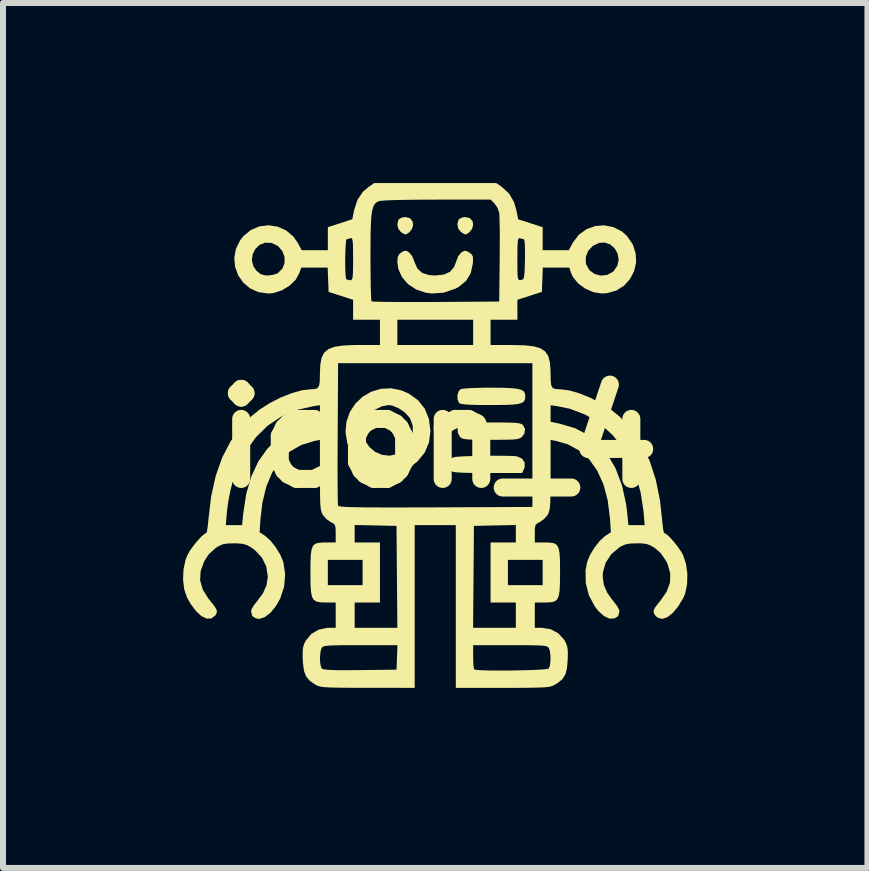
<source format=kicad_pcb>
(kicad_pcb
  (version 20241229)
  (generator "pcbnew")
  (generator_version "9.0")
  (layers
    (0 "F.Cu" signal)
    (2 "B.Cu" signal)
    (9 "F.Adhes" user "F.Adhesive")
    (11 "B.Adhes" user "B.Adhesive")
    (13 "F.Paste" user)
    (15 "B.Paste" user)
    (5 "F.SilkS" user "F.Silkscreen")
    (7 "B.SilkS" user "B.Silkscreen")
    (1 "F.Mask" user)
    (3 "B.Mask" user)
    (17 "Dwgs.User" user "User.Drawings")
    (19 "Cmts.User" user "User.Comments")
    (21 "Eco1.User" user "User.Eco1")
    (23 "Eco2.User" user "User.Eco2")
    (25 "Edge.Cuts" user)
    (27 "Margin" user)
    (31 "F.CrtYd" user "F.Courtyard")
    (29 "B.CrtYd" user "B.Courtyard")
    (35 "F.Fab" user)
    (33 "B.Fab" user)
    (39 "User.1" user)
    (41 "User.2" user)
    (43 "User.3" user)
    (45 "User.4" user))
  (footprint "icon_4"
    (layer "F.Cu")
    (at 4.254 4.251)
    (property "Reference" "icon_4" (at 0 0 0) (layer "F.SilkS") (effects (font (size 1.5 1.5) (thickness 0.3))))
    (attr board_only exclude_from_pos_files exclude_from_bom)
    (fp_poly (pts (xy -0.473 -3.666) (xy -0.43 -3.61) (xy -0.421 -3.55) (xy -0.44 -3.488) (xy -0.485 -3.43) (xy -0.538 -3.397) (xy -0.553 -3.395) (xy -0.583 -3.409) (xy -0.626 -3.436) (xy -0.67 -3.494) (xy -0.684 -3.569) (xy -0.665 -3.638) (xy -0.653 -3.653) (xy -0.604 -3.678) (xy -0.553 -3.685)) (stroke (width 0) (type solid)) (fill yes) (layer "F.SilkS"))
    (fp_poly (pts (xy 0.527 -3.666) (xy 0.571 -3.61) (xy 0.579 -3.55) (xy 0.56 -3.488) (xy 0.515 -3.43) (xy 0.462 -3.397) (xy 0.447 -3.395) (xy 0.417 -3.409) (xy 0.374 -3.436) (xy 0.33 -3.494) (xy 0.316 -3.569) (xy 0.335 -3.638) (xy 0.347 -3.653) (xy 0.397 -3.678) (xy 0.447 -3.685)) (stroke (width 0) (type solid)) (fill yes) (layer "F.SilkS"))
    (fp_poly (pts (xy 1.038 0.292) (xy 1.165 0.294) (xy 1.259 0.297) (xy 1.308 0.302) (xy 1.392 0.339) (xy 1.437 0.403) (xy 1.436 0.485) (xy 1.426 0.513) (xy 1.396 0.579) (xy 0.818 0.579) (xy 0.625 0.579) (xy 0.477 0.577) (xy 0.369 0.573) (xy 0.293 0.568) (xy 0.243 0.559) (xy 0.213 0.548) (xy 0.199 0.538) (xy 0.161 0.468) (xy 0.174 0.389) (xy 0.195 0.354) (xy 0.212 0.336) (xy 0.238 0.322) (xy 0.28 0.312) (xy 0.346 0.306) (xy 0.443 0.301) (xy 0.58 0.297) (xy 0.726 0.294) (xy 0.888 0.292)) (stroke (width 0) (type solid)) (fill yes) (layer "F.SilkS"))
    (fp_poly (pts (xy 1.064 -0.841) (xy 1.208 -0.835) (xy 1.312 -0.824) (xy 1.381 -0.806) (xy 1.423 -0.78) (xy 1.443 -0.743) (xy 1.448 -0.7) (xy 1.444 -0.652) (xy 1.427 -0.615) (xy 1.391 -0.589) (xy 1.33 -0.571) (xy 1.238 -0.56) (xy 1.108 -0.555) (xy 0.934 -0.553) (xy 0.865 -0.553) (xy 0.67 -0.554) (xy 0.524 -0.558) (xy 0.424 -0.565) (xy 0.365 -0.576) (xy 0.347 -0.584) (xy 0.32 -0.641) (xy 0.317 -0.715) (xy 0.337 -0.783) (xy 0.367 -0.815) (xy 0.411 -0.825) (xy 0.5 -0.833) (xy 0.624 -0.838) (xy 0.776 -0.842) (xy 0.874 -0.842)) (stroke (width 0) (type solid)) (fill yes) (layer "F.SilkS"))
    (fp_poly (pts (xy 1.05 -0.263) (xy 1.183 -0.26) (xy 1.277 -0.256) (xy 1.341 -0.249) (xy 1.381 -0.238) (xy 1.405 -0.224) (xy 1.406 -0.222) (xy 1.444 -0.153) (xy 1.432 -0.077) (xy 1.395 -0.026) (xy 1.373 -0.007) (xy 1.343 0.006) (xy 1.299 0.016) (xy 1.233 0.022) (xy 1.135 0.025) (xy 0.999 0.026) (xy 0.873 0.026) (xy 0.703 0.026) (xy 0.578 0.024) (xy 0.489 0.02) (xy 0.43 0.013) (xy 0.393 0.002) (xy 0.369 -0.013) (xy 0.359 -0.022) (xy 0.324 -0.09) (xy 0.319 -0.167) (xy 0.345 -0.23) (xy 0.347 -0.232) (xy 0.38 -0.244) (xy 0.452 -0.253) (xy 0.566 -0.259) (xy 0.728 -0.263) (xy 0.872 -0.263)) (stroke (width 0) (type solid)) (fill yes) (layer "F.SilkS"))
    (fp_poly (pts (xy 0.475 -3.117) (xy 0.516 -3.093) (xy 0.556 -3.062) (xy 0.575 -3.024) (xy 0.577 -2.963) (xy 0.573 -2.907) (xy 0.538 -2.748) (xy 0.46 -2.62) (xy 0.337 -2.52) (xy 0.284 -2.492) (xy 0.088 -2.425) (xy -0.108 -2.411) (xy -0.209 -2.424) (xy -0.37 -2.478) (xy -0.504 -2.566) (xy -0.606 -2.683) (xy -0.668 -2.819) (xy -0.684 -2.938) (xy -0.678 -3.019) (xy -0.652 -3.068) (xy -0.619 -3.095) (xy -0.566 -3.123) (xy -0.525 -3.118) (xy -0.491 -3.097) (xy -0.437 -3.036) (xy -0.398 -2.938) (xy -0.398 -2.936) (xy -0.351 -2.828) (xy -0.273 -2.756) (xy -0.159 -2.719) (xy -0.053 -2.711) (xy 0.09 -2.726) (xy 0.194 -2.773) (xy 0.262 -2.855) (xy 0.293 -2.936) (xy 0.331 -3.035) (xy 0.384 -3.097) (xy 0.385 -3.097) (xy 0.434 -3.123)) (stroke (width 0) (type solid)) (fill yes) (layer "F.SilkS"))
    (fp_poly (pts (xy -0.616 -0.797) (xy -0.492 -0.743) (xy -0.338 -0.632) (xy -0.226 -0.49) (xy -0.157 -0.318) (xy -0.133 -0.121) (xy -0.133 -0.118) (xy -0.157 0.071) (xy -0.228 0.239) (xy -0.348 0.386) (xy -0.487 0.495) (xy -0.556 0.532) (xy -0.632 0.555) (xy -0.732 0.568) (xy -0.803 0.573) (xy -0.916 0.576) (xy -0.997 0.57) (xy -1.065 0.552) (xy -1.14 0.519) (xy -1.151 0.513) (xy -1.308 0.406) (xy -1.431 0.266) (xy -1.511 0.102) (xy -1.518 0.082) (xy -1.543 -0.073) (xy -1.256 -0.073) (xy -1.219 0.044) (xy -1.15 0.146) (xy -1.056 0.226) (xy -0.942 0.276) (xy -0.816 0.291) (xy -0.684 0.264) (xy -0.631 0.241) (xy -0.531 0.16) (xy -0.461 0.049) (xy -0.426 -0.079) (xy -0.428 -0.21) (xy -0.472 -0.33) (xy -0.481 -0.344) (xy -0.56 -0.43) (xy -0.663 -0.5) (xy -0.77 -0.544) (xy -0.83 -0.552) (xy -0.944 -0.531) (xy -1.061 -0.473) (xy -1.16 -0.39) (xy -1.205 -0.329) (xy -1.254 -0.2) (xy -1.256 -0.073) (xy -1.543 -0.073) (xy -1.548 -0.104) (xy -1.531 -0.279) (xy -1.475 -0.438) (xy -1.383 -0.577) (xy -1.263 -0.691) (xy -1.121 -0.774) (xy -0.961 -0.823) (xy -0.791 -0.832)) (stroke (width 0) (type solid)) (fill yes) (layer "F.SilkS"))
    (fp_poly (pts (xy 1.057 -4.187) (xy 1.178 -4.076) (xy 1.261 -3.932) (xy 1.299 -3.799) (xy 1.329 -3.648) (xy 1.533 -3.582) (xy 1.737 -3.516) (xy 1.737 -3.324) (xy 1.737 -3.132) (xy 1.954 -3.133) (xy 2.172 -3.133) (xy 2.243 -3.263) (xy 2.342 -3.392) (xy 2.468 -3.483) (xy 2.613 -3.535) (xy 2.765 -3.547) (xy 2.916 -3.517) (xy 3.056 -3.446) (xy 3.144 -3.367) (xy 3.239 -3.228) (xy 3.287 -3.08) (xy 3.294 -2.929) (xy 3.261 -2.784) (xy 3.193 -2.653) (xy 3.094 -2.542) (xy 2.965 -2.461) (xy 2.812 -2.417) (xy 2.724 -2.411) (xy 2.582 -2.433) (xy 2.445 -2.493) (xy 2.326 -2.581) (xy 2.239 -2.689) (xy 2.209 -2.755) (xy 2.181 -2.843) (xy 1.96 -2.843) (xy 1.739 -2.843) (xy 1.732 -2.64) (xy 1.724 -2.438) (xy 1.52 -2.372) (xy 1.316 -2.306) (xy 1.316 -2.14) (xy 1.316 -1.974) (xy 1.092 -1.974) (xy 0.869 -1.974) (xy 0.869 -1.764) (xy 0.869 -1.553) (xy 1.227 -1.553) (xy 1.429 -1.548) (xy 1.584 -1.532) (xy 1.699 -1.499) (xy 1.779 -1.446) (xy 1.831 -1.368) (xy 1.858 -1.261) (xy 1.868 -1.121) (xy 1.869 -1.075) (xy 1.871 -0.957) (xy 1.88 -0.881) (xy 1.903 -0.839) (xy 1.945 -0.82) (xy 2.011 -0.816) (xy 2.023 -0.816) (xy 2.173 -0.798) (xy 2.346 -0.749) (xy 2.531 -0.674) (xy 2.714 -0.579) (xy 2.884 -0.47) (xy 3.018 -0.361) (xy 3.221 -0.142) (xy 3.388 0.104) (xy 3.521 0.381) (xy 3.622 0.691) (xy 3.692 1.039) (xy 3.726 1.349) (xy 3.736 1.452) (xy 3.747 1.531) (xy 3.758 1.574) (xy 3.762 1.579) (xy 3.8 1.599) (xy 3.858 1.652) (xy 3.924 1.727) (xy 3.991 1.811) (xy 4.048 1.895) (xy 4.077 1.948) (xy 4.126 2.096) (xy 4.148 2.264) (xy 4.143 2.434) (xy 4.111 2.588) (xy 4.082 2.658) (xy 3.993 2.805) (xy 3.902 2.914) (xy 3.812 2.983) (xy 3.728 3.01) (xy 3.653 2.991) (xy 3.613 2.953) (xy 3.587 2.911) (xy 3.586 2.868) (xy 3.614 2.814) (xy 3.674 2.736) (xy 3.694 2.713) (xy 3.802 2.559) (xy 3.858 2.407) (xy 3.863 2.254) (xy 3.818 2.095) (xy 3.797 2.051) (xy 3.706 1.916) (xy 3.606 1.829) (xy 3.534 1.786) (xy 3.468 1.762) (xy 3.387 1.752) (xy 3.303 1.751) (xy 3.194 1.755) (xy 3.116 1.769) (xy 3.048 1.799) (xy 3.01 1.822) (xy 2.877 1.936) (xy 2.786 2.076) (xy 2.741 2.235) (xy 2.737 2.301) (xy 2.755 2.44) (xy 2.812 2.573) (xy 2.912 2.713) (xy 2.923 2.725) (xy 2.98 2.8) (xy 3.012 2.86) (xy 3.015 2.888) (xy 3.002 2.937) (xy 3.001 2.951) (xy 2.979 2.977) (xy 2.932 3.002) (xy 2.85 3.006) (xy 2.759 2.963) (xy 2.665 2.879) (xy 2.602 2.797) (xy 2.506 2.614) (xy 2.455 2.413) (xy 2.451 2.206) (xy 2.477 2.066) (xy 2.524 1.949) (xy 2.598 1.826) (xy 2.684 1.715) (xy 2.771 1.634) (xy 2.78 1.628) (xy 2.874 1.566) (xy 2.859 1.342) (xy 2.821 1.036) (xy 2.75 0.769) (xy 2.646 0.54) (xy 2.512 0.352) (xy 2.346 0.205) (xy 2.151 0.1) (xy 1.954 0.044) (xy 1.869 0.028) (xy 1.869 0.613) (xy 1.868 0.805) (xy 1.867 0.953) (xy 1.864 1.063) (xy 1.858 1.142) (xy 1.85 1.198) (xy 1.839 1.239) (xy 1.824 1.271) (xy 1.818 1.28) (xy 1.76 1.347) (xy 1.689 1.397) (xy 1.687 1.398) (xy 1.641 1.422) (xy 1.617 1.452) (xy 1.607 1.505) (xy 1.606 1.586) (xy 1.606 1.737) (xy 1.775 1.737) (xy 1.862 1.739) (xy 1.926 1.75) (xy 1.971 1.777) (xy 2 1.826) (xy 2.017 1.904) (xy 2.025 2.019) (xy 2.027 2.177) (xy 2.027 2.243) (xy 2.025 2.416) (xy 2.019 2.543) (xy 2.004 2.631) (xy 1.977 2.688) (xy 1.933 2.72) (xy 1.87 2.734) (xy 1.782 2.737) (xy 1.764 2.737) (xy 1.606 2.737) (xy 1.606 2.948) (xy 1.606 3.159) (xy 1.727 3.159) (xy 1.873 3.183) (xy 1.999 3.251) (xy 2.095 3.357) (xy 2.105 3.374) (xy 2.135 3.436) (xy 2.152 3.498) (xy 2.157 3.579) (xy 2.154 3.693) (xy 2.142 3.835) (xy 2.114 3.939) (xy 2.064 4.016) (xy 1.985 4.079) (xy 1.944 4.104) (xy 1.914 4.12) (xy 1.882 4.132) (xy 1.84 4.142) (xy 1.782 4.149) (xy 1.703 4.153) (xy 1.596 4.156) (xy 1.455 4.158) (xy 1.273 4.159) (xy 1.069 4.159) (xy 0.29 4.159) (xy 0.29 3.448) (xy 0.579 3.448) (xy 0.579 3.641) (xy 0.581 3.737) (xy 0.587 3.812) (xy 0.596 3.85) (xy 0.597 3.852) (xy 0.63 3.859) (xy 0.707 3.865) (xy 0.818 3.869) (xy 0.954 3.871) (xy 1.106 3.871) (xy 1.264 3.869) (xy 1.42 3.866) (xy 1.563 3.862) (xy 1.685 3.856) (xy 1.777 3.849) (xy 1.829 3.841) (xy 1.837 3.838) (xy 1.857 3.79) (xy 1.867 3.712) (xy 1.867 3.622) (xy 1.856 3.54) (xy 1.842 3.499) (xy 1.83 3.483) (xy 1.811 3.47) (xy 1.779 3.461) (xy 1.725 3.455) (xy 1.645 3.451) (xy 1.531 3.449) (xy 1.376 3.448) (xy 1.197 3.448) (xy 0.579 3.448) (xy 0.29 3.448) (xy 0.29 3.159) (xy 0.578 3.159) (xy 0.934 3.159) (xy 1.29 3.159) (xy 1.29 2.948) (xy 1.29 2.737) (xy 1.079 2.737) (xy 0.869 2.737) (xy 0.869 2.237) (xy 0.869 2.027) (xy 1.158 2.027) (xy 1.158 2.237) (xy 1.158 2.448) (xy 1.448 2.448) (xy 1.737 2.448) (xy 1.737 2.237) (xy 1.737 2.027) (xy 1.448 2.027) (xy 1.158 2.027) (xy 0.869 2.027) (xy 0.869 1.737) (xy 1.079 1.737) (xy 1.29 1.737) (xy 1.29 1.592) (xy 1.29 1.446) (xy 0.941 1.453) (xy 0.592 1.461) (xy 0.585 2.31) (xy 0.578 3.159) (xy 0.29 3.159) (xy 0.29 2.803) (xy 0.29 1.448) (xy -0.053 1.448) (xy -0.395 1.448) (xy -0.395 2.803) (xy -0.395 4.159) (xy -1.178 4.158) (xy -1.403 4.158) (xy -1.581 4.157) (xy -1.719 4.155) (xy -1.823 4.152) (xy -1.9 4.147) (xy -1.955 4.14) (xy -1.996 4.13) (xy -2.027 4.118) (xy -2.053 4.104) (xy -2.144 4.041) (xy -2.203 3.97) (xy -2.239 3.878) (xy -2.256 3.753) (xy -2.26 3.693) (xy -2.261 3.648) (xy -1.973 3.648) (xy -1.97 3.737) (xy -1.957 3.809) (xy -1.942 3.838) (xy -1.916 3.849) (xy -1.858 3.857) (xy -1.766 3.862) (xy -1.633 3.865) (xy -1.456 3.864) (xy -1.304 3.863) (xy -0.698 3.856) (xy -0.69 3.652) (xy -0.682 3.448) (xy -1.301 3.448) (xy -1.497 3.448) (xy -1.648 3.449) (xy -1.759 3.452) (xy -1.836 3.456) (xy -1.888 3.462) (xy -1.919 3.471) (xy -1.937 3.484) (xy -1.947 3.499) (xy -1.965 3.562) (xy -1.973 3.648) (xy -2.261 3.648) (xy -2.262 3.578) (xy -2.257 3.497) (xy -2.24 3.435) (xy -2.211 3.374) (xy -2.12 3.263) (xy -1.997 3.19) (xy -1.853 3.159) (xy -1.832 3.159) (xy -1.711 3.159) (xy -1.711 2.948) (xy -1.711 2.737) (xy -1.869 2.737) (xy -1.961 2.735) (xy -2.028 2.723) (xy -2.075 2.695) (xy -2.105 2.644) (xy -2.122 2.562) (xy -2.13 2.442) (xy -2.132 2.279) (xy -2.132 2.243) (xy -2.131 2.068) (xy -2.129 2.027) (xy -1.842 2.027) (xy -1.842 2.237) (xy -1.842 2.448) (xy -1.553 2.448) (xy -1.263 2.448) (xy -1.263 2.237) (xy -1.263 2.027) (xy -1.553 2.027) (xy -1.842 2.027) (xy -2.129 2.027) (xy -2.126 1.939) (xy -2.112 1.849) (xy -2.088 1.791) (xy -2.049 1.757) (xy -1.992 1.742) (xy -1.913 1.737) (xy -1.88 1.737) (xy -1.711 1.737) (xy -1.711 1.586) (xy -1.713 1.499) (xy -1.723 1.449) (xy -1.726 1.446) (xy -1.395 1.446) (xy -1.395 1.592) (xy -1.395 1.737) (xy -1.184 1.737) (xy -0.974 1.737) (xy -0.974 2.237) (xy -0.974 2.737) (xy -1.184 2.737) (xy -1.395 2.737) (xy -1.395 2.948) (xy -1.395 3.159) (xy -1.039 3.159) (xy -0.684 3.159) (xy -0.691 2.31) (xy -0.698 1.461) (xy -1.046 1.453) (xy -1.395 1.446) (xy -1.726 1.446) (xy -1.749 1.42) (xy -1.792 1.398) (xy -1.863 1.35) (xy -1.922 1.282) (xy -1.924 1.28) (xy -1.94 1.249) (xy -1.953 1.211) (xy -1.962 1.16) (xy -1.968 1.088) (xy -1.971 0.987) (xy -1.973 0.851) (xy -1.974 0.672) (xy -1.974 0.613) (xy -1.974 0.393) (xy -1.68 0.393) (xy -1.68 0.601) (xy -1.679 0.781) (xy -1.678 0.929) (xy -1.676 1.039) (xy -1.674 1.107) (xy -1.672 1.125) (xy -1.66 1.132) (xy -1.625 1.138) (xy -1.566 1.143) (xy -1.478 1.147) (xy -1.358 1.15) (xy -1.203 1.152) (xy -1.01 1.153) (xy -0.775 1.154) (xy -0.496 1.153) (xy -0.168 1.152) (xy -0.047 1.152) (xy 1.566 1.145) (xy 1.566 -0.053) (xy 1.566 -0.549) (xy 1.869 -0.549) (xy 1.869 -0.412) (xy 1.869 -0.274) (xy 2.027 -0.241) (xy 2.279 -0.166) (xy 2.497 -0.051) (xy 2.683 0.104) (xy 2.803 0.248) (xy 2.95 0.499) (xy 3.059 0.786) (xy 3.129 1.107) (xy 3.147 1.257) (xy 3.165 1.448) (xy 3.301 1.448) (xy 3.437 1.448) (xy 3.417 1.215) (xy 3.37 0.907) (xy 3.286 0.612) (xy 3.17 0.339) (xy 3.024 0.097) (xy 2.9 -0.055) (xy 2.69 -0.246) (xy 2.452 -0.391) (xy 2.188 -0.491) (xy 1.968 -0.536) (xy 1.869 -0.549) (xy 1.566 -0.549) (xy 1.566 -1.25) (xy -0.053 -1.25) (xy -1.671 -1.25) (xy -1.678 -0.079) (xy -1.679 0.165) (xy -1.68 0.393) (xy -1.974 0.393) (xy -1.974 0.028) (xy -2.06 0.044) (xy -2.281 0.111) (xy -2.473 0.22) (xy -2.635 0.372) (xy -2.766 0.565) (xy -2.865 0.799) (xy -2.932 1.071) (xy -2.964 1.342) (xy -2.979 1.566) (xy -2.885 1.628) (xy -2.799 1.705) (xy -2.712 1.814) (xy -2.636 1.937) (xy -2.586 2.055) (xy -2.583 2.066) (xy -2.553 2.269) (xy -2.571 2.475) (xy -2.636 2.672) (xy -2.707 2.797) (xy -2.799 2.909) (xy -2.893 2.981) (xy -2.982 3.01) (xy -3.037 3.002) (xy -3.087 2.975) (xy -3.106 2.951) (xy -3.115 2.905) (xy -3.121 2.888) (xy -3.112 2.847) (xy -3.073 2.782) (xy -3.028 2.725) (xy -2.924 2.585) (xy -2.864 2.451) (xy -2.843 2.314) (xy -2.843 2.301) (xy -2.868 2.136) (xy -2.941 1.988) (xy -3.058 1.863) (xy -3.115 1.822) (xy -3.186 1.782) (xy -3.257 1.76) (xy -3.348 1.752) (xy -3.409 1.751) (xy -3.515 1.754) (xy -3.59 1.766) (xy -3.655 1.794) (xy -3.711 1.829) (xy -3.825 1.932) (xy -3.902 2.051) (xy -3.961 2.212) (xy -3.97 2.366) (xy -3.927 2.518) (xy -3.833 2.671) (xy -3.799 2.713) (xy -3.731 2.798) (xy -3.696 2.856) (xy -3.69 2.901) (xy -3.71 2.943) (xy -3.718 2.953) (xy -3.784 3.003) (xy -3.862 3.005) (xy -3.949 2.963) (xy -4.04 2.879) (xy -4.131 2.756) (xy -4.187 2.658) (xy -4.234 2.522) (xy -4.254 2.359) (xy -4.247 2.187) (xy -4.213 2.026) (xy -4.182 1.948) (xy -4.139 1.872) (xy -4.078 1.787) (xy -4.011 1.705) (xy -3.946 1.635) (xy -3.893 1.59) (xy -3.867 1.579) (xy -3.857 1.555) (xy -3.846 1.49) (xy -3.841 1.448) (xy -3.542 1.448) (xy -3.407 1.448) (xy -3.271 1.448) (xy -3.252 1.257) (xy -3.202 0.929) (xy -3.117 0.638) (xy -2.999 0.385) (xy -2.848 0.172) (xy -2.666 -0.002) (xy -2.453 -0.134) (xy -2.209 -0.223) (xy -2.132 -0.241) (xy -1.974 -0.274) (xy -1.974 -0.412) (xy -1.974 -0.549) (xy -2.073 -0.536) (xy -2.356 -0.472) (xy -2.613 -0.364) (xy -2.841 -0.212) (xy -3.04 -0.017) (xy -3.209 0.219) (xy -3.346 0.497) (xy -3.434 0.748) (xy -3.469 0.89) (xy -3.5 1.05) (xy -3.52 1.196) (xy -3.522 1.215) (xy -3.542 1.448) (xy -3.841 1.448) (xy -3.835 1.396) (xy -3.831 1.349) (xy -3.786 0.968) (xy -3.71 0.627) (xy -3.603 0.324) (xy -3.463 0.054) (xy -3.289 -0.187) (xy -3.123 -0.361) (xy -2.978 -0.478) (xy -2.808 -0.586) (xy -2.624 -0.68) (xy -2.439 -0.753) (xy -2.267 -0.8) (xy -2.129 -0.816) (xy -2.058 -0.819) (xy -2.013 -0.835) (xy -1.988 -0.873) (xy -1.977 -0.943) (xy -1.974 -1.055) (xy -1.974 -1.075) (xy -1.968 -1.226) (xy -1.946 -1.341) (xy -1.902 -1.427) (xy -1.83 -1.487) (xy -1.725 -1.525) (xy -1.581 -1.545) (xy -1.393 -1.553) (xy -1.332 -1.553) (xy -0.974 -1.553) (xy -0.974 -1.764) (xy -0.974 -1.974) (xy -0.684 -1.974) (xy -0.684 -1.764) (xy -0.684 -1.553) (xy -0.053 -1.553) (xy 0.579 -1.553) (xy 0.579 -1.764) (xy 0.579 -1.974) (xy -0.053 -1.974) (xy -0.684 -1.974) (xy -0.974 -1.974) (xy -1.198 -1.974) (xy -1.421 -1.974) (xy -1.421 -2.14) (xy -1.421 -2.306) (xy -1.625 -2.372) (xy -1.829 -2.438) (xy -1.837 -2.64) (xy -1.845 -2.843) (xy -2.065 -2.843) (xy -2.286 -2.843) (xy -2.315 -2.755) (xy -2.378 -2.64) (xy -2.481 -2.54) (xy -2.609 -2.463) (xy -2.75 -2.418) (xy -2.83 -2.411) (xy -2.995 -2.433) (xy -3.136 -2.496) (xy -3.251 -2.593) (xy -3.336 -2.714) (xy -3.387 -2.853) (xy -3.397 -2.964) (xy -3.108 -2.964) (xy -3.083 -2.865) (xy -3.029 -2.788) (xy -2.957 -2.732) (xy -2.877 -2.712) (xy -2.844 -2.711) (xy -2.758 -2.721) (xy -2.684 -2.746) (xy -2.673 -2.752) (xy -2.598 -2.828) (xy -2.567 -2.91) (xy -1.553 -2.91) (xy -1.551 -2.804) (xy -1.547 -2.717) (xy -1.54 -2.662) (xy -1.535 -2.65) (xy -1.497 -2.635) (xy -1.47 -2.632) (xy -1.45 -2.636) (xy -1.437 -2.653) (xy -1.428 -2.691) (xy -1.424 -2.759) (xy -1.422 -2.864) (xy -1.421 -2.99) (xy -1.421 -3.019) (xy -1.132 -3.019) (xy -1.131 -2.829) (xy -1.129 -2.657) (xy -1.127 -2.509) (xy -1.123 -2.393) (xy -1.119 -2.314) (xy -1.114 -2.281) (xy -1.114 -2.281) (xy -1.085 -2.277) (xy -1.008 -2.274) (xy -0.891 -2.272) (xy -0.738 -2.27) (xy -0.555 -2.269) (xy -0.347 -2.269) (xy -0.122 -2.269) (xy -0.041 -2.27) (xy 1.013 -2.277) (xy 1.021 -2.974) (xy 1.021 -2.988) (xy 1.316 -2.988) (xy 1.316 -2.845) (xy 1.318 -2.746) (xy 1.322 -2.683) (xy 1.331 -2.65) (xy 1.345 -2.636) (xy 1.365 -2.636) (xy 1.375 -2.637) (xy 1.4 -2.643) (xy 1.417 -2.657) (xy 1.427 -2.69) (xy 1.434 -2.749) (xy 1.438 -2.844) (xy 1.442 -2.981) (xy 1.442 -3.019) (xy 2.455 -3.019) (xy 2.457 -2.91) (xy 2.462 -2.894) (xy 2.516 -2.8) (xy 2.601 -2.737) (xy 2.703 -2.71) (xy 2.81 -2.72) (xy 2.906 -2.772) (xy 2.924 -2.788) (xy 2.984 -2.879) (xy 3.003 -2.979) (xy 2.985 -3.078) (xy 2.936 -3.164) (xy 2.862 -3.229) (xy 2.768 -3.26) (xy 2.676 -3.254) (xy 2.572 -3.204) (xy 2.496 -3.122) (xy 2.455 -3.019) (xy 1.442 -3.019) (xy 1.443 -3.119) (xy 1.44 -3.226) (xy 1.434 -3.294) (xy 1.424 -3.316) (xy 1.379 -3.325) (xy 1.358 -3.332) (xy 1.341 -3.334) (xy 1.329 -3.317) (xy 1.322 -3.274) (xy 1.318 -3.199) (xy 1.316 -3.083) (xy 1.316 -2.988) (xy 1.021 -2.988) (xy 1.022 -3.166) (xy 1.023 -3.344) (xy 1.022 -3.5) (xy 1.019 -3.628) (xy 1.016 -3.718) (xy 1.013 -3.76) (xy 0.982 -3.843) (xy 0.934 -3.912) (xy 0.871 -3.975) (xy -0.04 -3.975) (xy -0.328 -3.974) (xy -0.567 -3.971) (xy -0.754 -3.967) (xy -0.89 -3.961) (xy -0.975 -3.953) (xy -1.004 -3.946) (xy -1.04 -3.923) (xy -1.068 -3.89) (xy -1.09 -3.843) (xy -1.106 -3.776) (xy -1.118 -3.683) (xy -1.125 -3.558) (xy -1.13 -3.396) (xy -1.131 -3.191) (xy -1.132 -3.019) (xy -1.421 -3.019) (xy -1.422 -3.134) (xy -1.424 -3.233) (xy -1.43 -3.295) (xy -1.439 -3.326) (xy -1.452 -3.335) (xy -1.463 -3.332) (xy -1.513 -3.318) (xy -1.529 -3.316) (xy -1.538 -3.292) (xy -1.544 -3.227) (xy -1.549 -3.134) (xy -1.552 -3.024) (xy -1.553 -2.91) (xy -2.567 -2.91) (xy -2.562 -2.924) (xy -2.565 -3.026) (xy -2.603 -3.122) (xy -2.673 -3.202) (xy -2.774 -3.252) (xy -2.781 -3.254) (xy -2.888 -3.258) (xy -2.98 -3.221) (xy -3.05 -3.153) (xy -3.095 -3.064) (xy -3.108 -2.964) (xy -3.397 -2.964) (xy -3.401 -3.002) (xy -3.374 -3.153) (xy -3.304 -3.297) (xy -3.249 -3.367) (xy -3.124 -3.47) (xy -2.98 -3.53) (xy -2.827 -3.548) (xy -2.676 -3.524) (xy -2.535 -3.461) (xy -2.416 -3.359) (xy -2.348 -3.263) (xy -2.277 -3.133) (xy -2.06 -3.133) (xy -1.842 -3.132) (xy -1.842 -3.324) (xy -1.842 -3.516) (xy -1.638 -3.582) (xy -1.435 -3.648) (xy -1.404 -3.799) (xy -1.349 -3.971) (xy -1.258 -4.106) (xy -1.162 -4.187) (xy -1.07 -4.251) (xy -0.053 -4.251) (xy 0.965 -4.251)) (stroke (width 0) (type solid)) (fill yes) (layer "F.SilkS")))
  (gr_rect
    (start -3 -3)
    (end 11.402 11.41)
    (stroke (width 0.1) (type default))
    (fill no)
    (layer "Edge.Cuts")))
</source>
